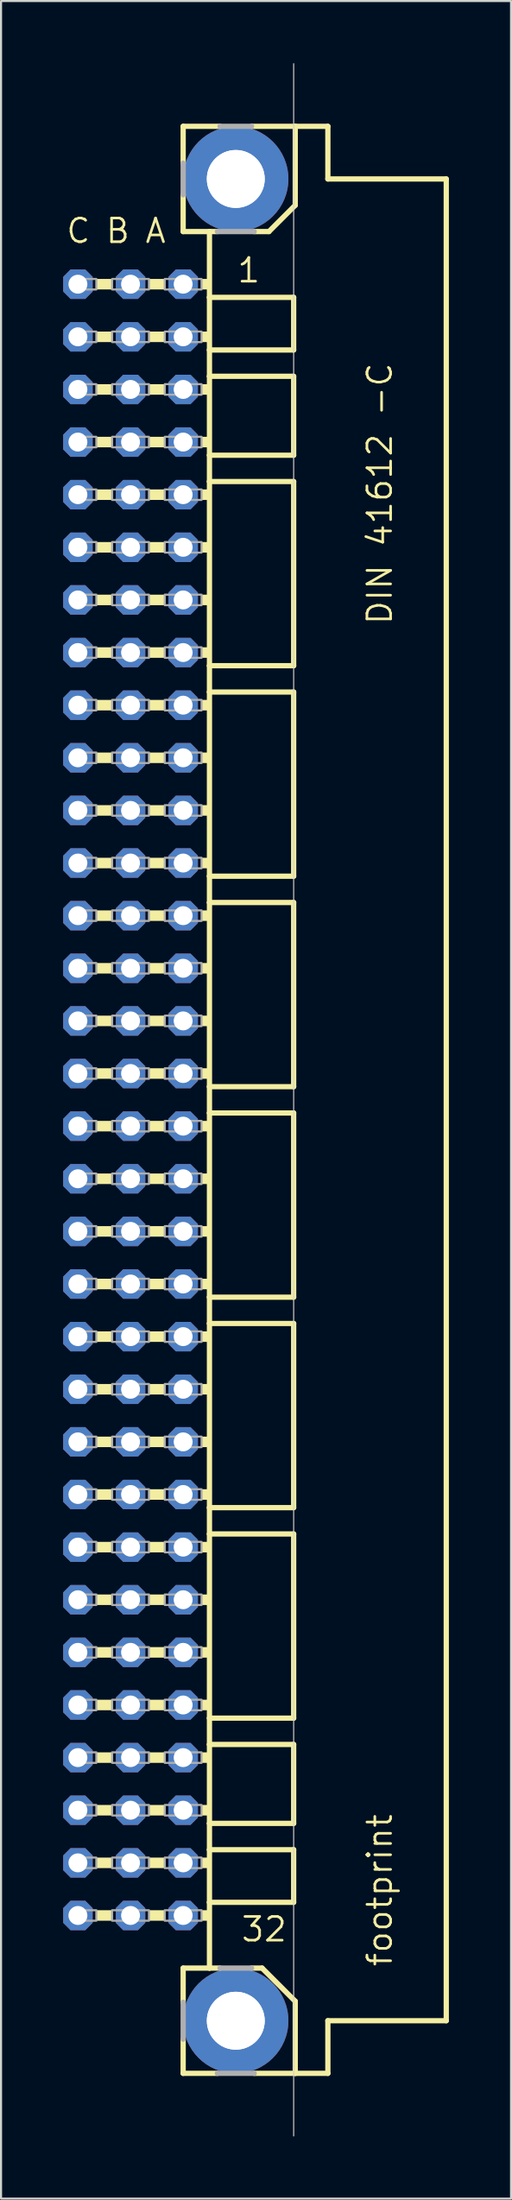
<source format=kicad_pcb>
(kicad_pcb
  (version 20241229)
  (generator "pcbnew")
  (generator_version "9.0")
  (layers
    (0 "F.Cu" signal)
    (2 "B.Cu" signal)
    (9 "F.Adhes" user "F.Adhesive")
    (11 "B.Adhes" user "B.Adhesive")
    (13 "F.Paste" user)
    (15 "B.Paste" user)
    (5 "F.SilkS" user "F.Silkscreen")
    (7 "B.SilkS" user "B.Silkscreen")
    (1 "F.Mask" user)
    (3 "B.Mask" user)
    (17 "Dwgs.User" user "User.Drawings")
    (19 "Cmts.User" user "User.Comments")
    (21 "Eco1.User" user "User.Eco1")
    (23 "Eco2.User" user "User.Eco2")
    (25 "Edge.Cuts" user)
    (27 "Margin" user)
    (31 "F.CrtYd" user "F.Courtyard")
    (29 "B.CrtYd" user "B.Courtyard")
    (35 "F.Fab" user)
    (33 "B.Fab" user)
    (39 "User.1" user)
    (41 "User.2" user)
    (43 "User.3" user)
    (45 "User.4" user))
  (footprint "footprint"
    (layer "F.Cu")
    (at 8.331 50.038)
    (property "Reference" "footprint" (at 7.62 41.91 90) (layer "F.SilkS") (effects (font (size 1.143 1.143) (thickness 0.127)) (justify left bottom)))
    (fp_line (start -2.54 -46.99) (end -2.54 -45.212) (stroke (width 0.254) (type solid)) (layer "F.SilkS"))
    (fp_line (start -2.54 -43.688) (end -2.54 -41.91) (stroke (width 0.254) (type solid)) (layer "F.SilkS"))
    (fp_line (start -2.54 -41.91) (end -1.27 -41.91) (stroke (width 0.254) (type solid)) (layer "F.SilkS"))
    (fp_line (start -2.54 43.561) (end -2.54 41.91) (stroke (width 0.254) (type solid)) (layer "F.SilkS"))
    (fp_line (start -2.54 46.99) (end -2.54 45.339) (stroke (width 0.254) (type solid)) (layer "F.SilkS"))
    (fp_line (start -1.27 -41.91) (end -1.27 -38.735) (stroke (width 0.254) (type solid)) (layer "F.SilkS"))
    (fp_line (start -1.27 -41.91) (end -0.889 -41.91) (stroke (width 0.254) (type solid)) (layer "F.SilkS"))
    (fp_line (start -1.27 -38.735) (end -1.27 -36.195) (stroke (width 0.254) (type solid)) (layer "F.SilkS"))
    (fp_line (start -1.27 -36.195) (end -1.27 -34.925) (stroke (width 0.254) (type solid)) (layer "F.SilkS"))
    (fp_line (start -1.27 -34.925) (end -1.27 -31.115) (stroke (width 0.254) (type solid)) (layer "F.SilkS"))
    (fp_line (start -1.27 -31.115) (end -1.27 -29.845) (stroke (width 0.254) (type solid)) (layer "F.SilkS"))
    (fp_line (start -1.27 -29.845) (end -1.27 -20.955) (stroke (width 0.254) (type solid)) (layer "F.SilkS"))
    (fp_line (start -1.27 -20.955) (end -1.27 -19.685) (stroke (width 0.254) (type solid)) (layer "F.SilkS"))
    (fp_line (start -1.27 -19.685) (end -1.27 -10.795) (stroke (width 0.254) (type solid)) (layer "F.SilkS"))
    (fp_line (start -1.27 -10.795) (end -1.27 -9.525) (stroke (width 0.254) (type solid)) (layer "F.SilkS"))
    (fp_line (start -1.27 -9.525) (end -1.27 -0.635) (stroke (width 0.254) (type solid)) (layer "F.SilkS"))
    (fp_line (start -1.27 -0.635) (end -1.27 0.635) (stroke (width 0.254) (type solid)) (layer "F.SilkS"))
    (fp_line (start -1.27 0.635) (end -1.27 9.525) (stroke (width 0.254) (type solid)) (layer "F.SilkS"))
    (fp_line (start -1.27 9.525) (end -1.27 10.795) (stroke (width 0.254) (type solid)) (layer "F.SilkS"))
    (fp_line (start -1.27 10.795) (end -1.27 19.685) (stroke (width 0.254) (type solid)) (layer "F.SilkS"))
    (fp_line (start -1.27 19.685) (end -1.27 20.955) (stroke (width 0.254) (type solid)) (layer "F.SilkS"))
    (fp_line (start -1.27 20.955) (end -1.27 29.845) (stroke (width 0.254) (type solid)) (layer "F.SilkS"))
    (fp_line (start -1.27 29.845) (end -1.27 31.115) (stroke (width 0.254) (type solid)) (layer "F.SilkS"))
    (fp_line (start -1.27 31.115) (end -1.27 34.925) (stroke (width 0.254) (type solid)) (layer "F.SilkS"))
    (fp_line (start -1.27 34.925) (end -1.27 36.195) (stroke (width 0.254) (type solid)) (layer "F.SilkS"))
    (fp_line (start -1.27 36.195) (end -1.27 38.735) (stroke (width 0.254) (type solid)) (layer "F.SilkS"))
    (fp_line (start -1.27 38.735) (end -1.27 41.91) (stroke (width 0.254) (type solid)) (layer "F.SilkS"))
    (fp_line (start -1.27 41.91) (end -2.54 41.91) (stroke (width 0.254) (type solid)) (layer "F.SilkS"))
    (fp_line (start -1.27 41.91) (end -0.762 41.91) (stroke (width 0.254) (type solid)) (layer "F.SilkS"))
    (fp_line (start -0.889 46.99) (end -2.54 46.99) (stroke (width 0.254) (type solid)) (layer "F.SilkS"))
    (fp_line (start -0.762 -46.99) (end -2.54 -46.99) (stroke (width 0.254) (type solid)) (layer "F.SilkS"))
    (fp_line (start 0.762 41.91) (end 1.27 41.91) (stroke (width 0.254) (type solid)) (layer "F.SilkS"))
    (fp_line (start 0.889 -41.91) (end 1.6 -41.91) (stroke (width 0.254) (type solid)) (layer "F.SilkS"))
    (fp_line (start 1.6 -41.91) (end 2.87 -43.18) (stroke (width 0.254) (type solid)) (layer "F.SilkS"))
    (fp_line (start 2.794 -38.735) (end -1.27 -38.735) (stroke (width 0.254) (type solid)) (layer "F.SilkS"))
    (fp_line (start 2.794 -38.735) (end 2.794 -36.195) (stroke (width 0.254) (type solid)) (layer "F.SilkS"))
    (fp_line (start 2.794 -36.195) (end -1.27 -36.195) (stroke (width 0.254) (type solid)) (layer "F.SilkS"))
    (fp_line (start 2.794 -34.925) (end -1.27 -34.925) (stroke (width 0.254) (type solid)) (layer "F.SilkS"))
    (fp_line (start 2.794 -34.925) (end 2.794 -31.115) (stroke (width 0.254) (type solid)) (layer "F.SilkS"))
    (fp_line (start 2.794 -31.115) (end -1.27 -31.115) (stroke (width 0.254) (type solid)) (layer "F.SilkS"))
    (fp_line (start 2.794 -29.845) (end -1.27 -29.845) (stroke (width 0.254) (type solid)) (layer "F.SilkS"))
    (fp_line (start 2.794 -29.845) (end 2.794 -20.955) (stroke (width 0.254) (type solid)) (layer "F.SilkS"))
    (fp_line (start 2.794 -20.955) (end -1.27 -20.955) (stroke (width 0.254) (type solid)) (layer "F.SilkS"))
    (fp_line (start 2.794 -19.685) (end -1.27 -19.685) (stroke (width 0.254) (type solid)) (layer "F.SilkS"))
    (fp_line (start 2.794 -19.685) (end 2.794 -10.795) (stroke (width 0.254) (type solid)) (layer "F.SilkS"))
    (fp_line (start 2.794 -10.795) (end -1.27 -10.795) (stroke (width 0.254) (type solid)) (layer "F.SilkS"))
    (fp_line (start 2.794 -9.525) (end -1.27 -9.525) (stroke (width 0.254) (type solid)) (layer "F.SilkS"))
    (fp_line (start 2.794 -9.525) (end 2.794 -0.635) (stroke (width 0.254) (type solid)) (layer "F.SilkS"))
    (fp_line (start 2.794 -0.635) (end -1.27 -0.635) (stroke (width 0.254) (type solid)) (layer "F.SilkS"))
    (fp_line (start 2.794 0.635) (end -1.27 0.635) (stroke (width 0.254) (type solid)) (layer "F.SilkS"))
    (fp_line (start 2.794 0.635) (end 2.794 9.525) (stroke (width 0.254) (type solid)) (layer "F.SilkS"))
    (fp_line (start 2.794 9.525) (end -1.27 9.525) (stroke (width 0.254) (type solid)) (layer "F.SilkS"))
    (fp_line (start 2.794 10.795) (end -1.27 10.795) (stroke (width 0.254) (type solid)) (layer "F.SilkS"))
    (fp_line (start 2.794 10.795) (end 2.794 19.685) (stroke (width 0.254) (type solid)) (layer "F.SilkS"))
    (fp_line (start 2.794 19.685) (end -1.27 19.685) (stroke (width 0.254) (type solid)) (layer "F.SilkS"))
    (fp_line (start 2.794 20.955) (end -1.27 20.955) (stroke (width 0.254) (type solid)) (layer "F.SilkS"))
    (fp_line (start 2.794 20.955) (end 2.794 29.845) (stroke (width 0.254) (type solid)) (layer "F.SilkS"))
    (fp_line (start 2.794 29.845) (end -1.27 29.845) (stroke (width 0.254) (type solid)) (layer "F.SilkS"))
    (fp_line (start 2.794 31.115) (end -1.27 31.115) (stroke (width 0.254) (type solid)) (layer "F.SilkS"))
    (fp_line (start 2.794 31.115) (end 2.794 34.925) (stroke (width 0.254) (type solid)) (layer "F.SilkS"))
    (fp_line (start 2.794 34.925) (end -1.27 34.925) (stroke (width 0.254) (type solid)) (layer "F.SilkS"))
    (fp_line (start 2.794 36.195) (end -1.27 36.195) (stroke (width 0.254) (type solid)) (layer "F.SilkS"))
    (fp_line (start 2.794 36.195) (end 2.794 38.735) (stroke (width 0.254) (type solid)) (layer "F.SilkS"))
    (fp_line (start 2.794 38.735) (end -1.27 38.735) (stroke (width 0.254) (type solid)) (layer "F.SilkS"))
    (fp_line (start 2.87 -46.99) (end 0.762 -46.99) (stroke (width 0.254) (type solid)) (layer "F.SilkS"))
    (fp_line (start 2.87 -43.18) (end 2.87 -46.99) (stroke (width 0.254) (type solid)) (layer "F.SilkS"))
    (fp_line (start 2.87 43.51) (end 1.27 41.91) (stroke (width 0.254) (type solid)) (layer "F.SilkS"))
    (fp_line (start 2.87 43.51) (end 2.87 46.99) (stroke (width 0.254) (type solid)) (layer "F.SilkS"))
    (fp_line (start 2.87 46.99) (end 0.889 46.99) (stroke (width 0.254) (type solid)) (layer "F.SilkS"))
    (fp_line (start 2.87 46.99) (end 4.445 46.99) (stroke (width 0.254) (type solid)) (layer "F.SilkS"))
    (fp_line (start 4.445 -46.99) (end 2.87 -46.99) (stroke (width 0.254) (type solid)) (layer "F.SilkS"))
    (fp_line (start 4.445 -44.45) (end 4.445 -46.99) (stroke (width 0.254) (type solid)) (layer "F.SilkS"))
    (fp_line (start 4.445 44.45) (end 10.16 44.45) (stroke (width 0.254) (type solid)) (layer "F.SilkS"))
    (fp_line (start 4.445 46.99) (end 4.445 44.45) (stroke (width 0.254) (type solid)) (layer "F.SilkS"))
    (fp_line (start 10.16 -44.45) (end 4.445 -44.45) (stroke (width 0.254) (type solid)) (layer "F.SilkS"))
    (fp_line (start 10.16 44.45) (end 10.16 -44.45) (stroke (width 0.254) (type solid)) (layer "F.SilkS"))
    (fp_poly (pts (xy -6.731 -39.116) (xy -5.969 -39.116) (xy -5.969 -39.624) (xy -6.731 -39.624)) (stroke (width 0) (type solid)) (fill yes) (layer "F.SilkS"))
    (fp_poly (pts (xy -6.731 -36.576) (xy -5.969 -36.576) (xy -5.969 -37.084) (xy -6.731 -37.084)) (stroke (width 0) (type solid)) (fill yes) (layer "F.SilkS"))
    (fp_poly (pts (xy -6.731 -34.036) (xy -5.969 -34.036) (xy -5.969 -34.544) (xy -6.731 -34.544)) (stroke (width 0) (type solid)) (fill yes) (layer "F.SilkS"))
    (fp_poly (pts (xy -6.731 -31.496) (xy -5.969 -31.496) (xy -5.969 -32.004) (xy -6.731 -32.004)) (stroke (width 0) (type solid)) (fill yes) (layer "F.SilkS"))
    (fp_poly (pts (xy -6.731 -28.956) (xy -5.969 -28.956) (xy -5.969 -29.464) (xy -6.731 -29.464)) (stroke (width 0) (type solid)) (fill yes) (layer "F.SilkS"))
    (fp_poly (pts (xy -6.731 -26.416) (xy -5.969 -26.416) (xy -5.969 -26.924) (xy -6.731 -26.924)) (stroke (width 0) (type solid)) (fill yes) (layer "F.SilkS"))
    (fp_poly (pts (xy -6.731 -23.876) (xy -5.969 -23.876) (xy -5.969 -24.384) (xy -6.731 -24.384)) (stroke (width 0) (type solid)) (fill yes) (layer "F.SilkS"))
    (fp_poly (pts (xy -6.731 -21.336) (xy -5.969 -21.336) (xy -5.969 -21.844) (xy -6.731 -21.844)) (stroke (width 0) (type solid)) (fill yes) (layer "F.SilkS"))
    (fp_poly (pts (xy -6.731 -18.796) (xy -5.969 -18.796) (xy -5.969 -19.304) (xy -6.731 -19.304)) (stroke (width 0) (type solid)) (fill yes) (layer "F.SilkS"))
    (fp_poly (pts (xy -6.731 -16.256) (xy -5.969 -16.256) (xy -5.969 -16.764) (xy -6.731 -16.764)) (stroke (width 0) (type solid)) (fill yes) (layer "F.SilkS"))
    (fp_poly (pts (xy -6.731 -13.716) (xy -5.969 -13.716) (xy -5.969 -14.224) (xy -6.731 -14.224)) (stroke (width 0) (type solid)) (fill yes) (layer "F.SilkS"))
    (fp_poly (pts (xy -6.731 -11.176) (xy -5.969 -11.176) (xy -5.969 -11.684) (xy -6.731 -11.684)) (stroke (width 0) (type solid)) (fill yes) (layer "F.SilkS"))
    (fp_poly (pts (xy -6.731 -8.636) (xy -5.969 -8.636) (xy -5.969 -9.144) (xy -6.731 -9.144)) (stroke (width 0) (type solid)) (fill yes) (layer "F.SilkS"))
    (fp_poly (pts (xy -6.731 -6.096) (xy -5.969 -6.096) (xy -5.969 -6.604) (xy -6.731 -6.604)) (stroke (width 0) (type solid)) (fill yes) (layer "F.SilkS"))
    (fp_poly (pts (xy -6.731 -3.556) (xy -5.969 -3.556) (xy -5.969 -4.064) (xy -6.731 -4.064)) (stroke (width 0) (type solid)) (fill yes) (layer "F.SilkS"))
    (fp_poly (pts (xy -6.731 -1.016) (xy -5.969 -1.016) (xy -5.969 -1.524) (xy -6.731 -1.524)) (stroke (width 0) (type solid)) (fill yes) (layer "F.SilkS"))
    (fp_poly (pts (xy -6.731 1.524) (xy -5.969 1.524) (xy -5.969 1.016) (xy -6.731 1.016)) (stroke (width 0) (type solid)) (fill yes) (layer "F.SilkS"))
    (fp_poly (pts (xy -6.731 4.064) (xy -5.969 4.064) (xy -5.969 3.556) (xy -6.731 3.556)) (stroke (width 0) (type solid)) (fill yes) (layer "F.SilkS"))
    (fp_poly (pts (xy -6.731 6.604) (xy -5.969 6.604) (xy -5.969 6.096) (xy -6.731 6.096)) (stroke (width 0) (type solid)) (fill yes) (layer "F.SilkS"))
    (fp_poly (pts (xy -6.731 9.144) (xy -5.969 9.144) (xy -5.969 8.636) (xy -6.731 8.636)) (stroke (width 0) (type solid)) (fill yes) (layer "F.SilkS"))
    (fp_poly (pts (xy -6.731 11.684) (xy -5.969 11.684) (xy -5.969 11.176) (xy -6.731 11.176)) (stroke (width 0) (type solid)) (fill yes) (layer "F.SilkS"))
    (fp_poly (pts (xy -6.731 14.224) (xy -5.969 14.224) (xy -5.969 13.716) (xy -6.731 13.716)) (stroke (width 0) (type solid)) (fill yes) (layer "F.SilkS"))
    (fp_poly (pts (xy -6.731 16.764) (xy -5.969 16.764) (xy -5.969 16.256) (xy -6.731 16.256)) (stroke (width 0) (type solid)) (fill yes) (layer "F.SilkS"))
    (fp_poly (pts (xy -6.731 19.304) (xy -5.969 19.304) (xy -5.969 18.796) (xy -6.731 18.796)) (stroke (width 0) (type solid)) (fill yes) (layer "F.SilkS"))
    (fp_poly (pts (xy -6.731 21.844) (xy -5.969 21.844) (xy -5.969 21.336) (xy -6.731 21.336)) (stroke (width 0) (type solid)) (fill yes) (layer "F.SilkS"))
    (fp_poly (pts (xy -6.731 24.384) (xy -5.969 24.384) (xy -5.969 23.876) (xy -6.731 23.876)) (stroke (width 0) (type solid)) (fill yes) (layer "F.SilkS"))
    (fp_poly (pts (xy -6.731 26.924) (xy -5.969 26.924) (xy -5.969 26.416) (xy -6.731 26.416)) (stroke (width 0) (type solid)) (fill yes) (layer "F.SilkS"))
    (fp_poly (pts (xy -6.731 29.464) (xy -5.969 29.464) (xy -5.969 28.956) (xy -6.731 28.956)) (stroke (width 0) (type solid)) (fill yes) (layer "F.SilkS"))
    (fp_poly (pts (xy -6.731 32.004) (xy -5.969 32.004) (xy -5.969 31.496) (xy -6.731 31.496)) (stroke (width 0) (type solid)) (fill yes) (layer "F.SilkS"))
    (fp_poly (pts (xy -6.731 34.544) (xy -5.969 34.544) (xy -5.969 34.036) (xy -6.731 34.036)) (stroke (width 0) (type solid)) (fill yes) (layer "F.SilkS"))
    (fp_poly (pts (xy -6.731 37.084) (xy -5.969 37.084) (xy -5.969 36.576) (xy -6.731 36.576)) (stroke (width 0) (type solid)) (fill yes) (layer "F.SilkS"))
    (fp_poly (pts (xy -6.731 39.624) (xy -5.969 39.624) (xy -5.969 39.116) (xy -6.731 39.116)) (stroke (width 0) (type solid)) (fill yes) (layer "F.SilkS"))
    (fp_poly (pts (xy -4.191 -39.116) (xy -3.429 -39.116) (xy -3.429 -39.624) (xy -4.191 -39.624)) (stroke (width 0) (type solid)) (fill yes) (layer "F.SilkS"))
    (fp_poly (pts (xy -4.191 -36.576) (xy -3.429 -36.576) (xy -3.429 -37.084) (xy -4.191 -37.084)) (stroke (width 0) (type solid)) (fill yes) (layer "F.SilkS"))
    (fp_poly (pts (xy -4.191 -34.036) (xy -3.429 -34.036) (xy -3.429 -34.544) (xy -4.191 -34.544)) (stroke (width 0) (type solid)) (fill yes) (layer "F.SilkS"))
    (fp_poly (pts (xy -4.191 -31.496) (xy -3.429 -31.496) (xy -3.429 -32.004) (xy -4.191 -32.004)) (stroke (width 0) (type solid)) (fill yes) (layer "F.SilkS"))
    (fp_poly (pts (xy -4.191 -28.956) (xy -3.429 -28.956) (xy -3.429 -29.464) (xy -4.191 -29.464)) (stroke (width 0) (type solid)) (fill yes) (layer "F.SilkS"))
    (fp_poly (pts (xy -4.191 -26.416) (xy -3.429 -26.416) (xy -3.429 -26.924) (xy -4.191 -26.924)) (stroke (width 0) (type solid)) (fill yes) (layer "F.SilkS"))
    (fp_poly (pts (xy -4.191 -23.876) (xy -3.429 -23.876) (xy -3.429 -24.384) (xy -4.191 -24.384)) (stroke (width 0) (type solid)) (fill yes) (layer "F.SilkS"))
    (fp_poly (pts (xy -4.191 -21.336) (xy -3.429 -21.336) (xy -3.429 -21.844) (xy -4.191 -21.844)) (stroke (width 0) (type solid)) (fill yes) (layer "F.SilkS"))
    (fp_poly (pts (xy -4.191 -18.796) (xy -3.429 -18.796) (xy -3.429 -19.304) (xy -4.191 -19.304)) (stroke (width 0) (type solid)) (fill yes) (layer "F.SilkS"))
    (fp_poly (pts (xy -4.191 -16.256) (xy -3.429 -16.256) (xy -3.429 -16.764) (xy -4.191 -16.764)) (stroke (width 0) (type solid)) (fill yes) (layer "F.SilkS"))
    (fp_poly (pts (xy -4.191 -13.716) (xy -3.429 -13.716) (xy -3.429 -14.224) (xy -4.191 -14.224)) (stroke (width 0) (type solid)) (fill yes) (layer "F.SilkS"))
    (fp_poly (pts (xy -4.191 -11.176) (xy -3.429 -11.176) (xy -3.429 -11.684) (xy -4.191 -11.684)) (stroke (width 0) (type solid)) (fill yes) (layer "F.SilkS"))
    (fp_poly (pts (xy -4.191 -8.636) (xy -3.429 -8.636) (xy -3.429 -9.144) (xy -4.191 -9.144)) (stroke (width 0) (type solid)) (fill yes) (layer "F.SilkS"))
    (fp_poly (pts (xy -4.191 -6.096) (xy -3.429 -6.096) (xy -3.429 -6.604) (xy -4.191 -6.604)) (stroke (width 0) (type solid)) (fill yes) (layer "F.SilkS"))
    (fp_poly (pts (xy -4.191 -3.556) (xy -3.429 -3.556) (xy -3.429 -4.064) (xy -4.191 -4.064)) (stroke (width 0) (type solid)) (fill yes) (layer "F.SilkS"))
    (fp_poly (pts (xy -4.191 -1.016) (xy -3.429 -1.016) (xy -3.429 -1.524) (xy -4.191 -1.524)) (stroke (width 0) (type solid)) (fill yes) (layer "F.SilkS"))
    (fp_poly (pts (xy -4.191 1.524) (xy -3.429 1.524) (xy -3.429 1.016) (xy -4.191 1.016)) (stroke (width 0) (type solid)) (fill yes) (layer "F.SilkS"))
    (fp_poly (pts (xy -4.191 4.064) (xy -3.429 4.064) (xy -3.429 3.556) (xy -4.191 3.556)) (stroke (width 0) (type solid)) (fill yes) (layer "F.SilkS"))
    (fp_poly (pts (xy -4.191 6.604) (xy -3.429 6.604) (xy -3.429 6.096) (xy -4.191 6.096)) (stroke (width 0) (type solid)) (fill yes) (layer "F.SilkS"))
    (fp_poly (pts (xy -4.191 9.144) (xy -3.429 9.144) (xy -3.429 8.636) (xy -4.191 8.636)) (stroke (width 0) (type solid)) (fill yes) (layer "F.SilkS"))
    (fp_poly (pts (xy -4.191 11.684) (xy -3.429 11.684) (xy -3.429 11.176) (xy -4.191 11.176)) (stroke (width 0) (type solid)) (fill yes) (layer "F.SilkS"))
    (fp_poly (pts (xy -4.191 14.224) (xy -3.429 14.224) (xy -3.429 13.716) (xy -4.191 13.716)) (stroke (width 0) (type solid)) (fill yes) (layer "F.SilkS"))
    (fp_poly (pts (xy -4.191 16.764) (xy -3.429 16.764) (xy -3.429 16.256) (xy -4.191 16.256)) (stroke (width 0) (type solid)) (fill yes) (layer "F.SilkS"))
    (fp_poly (pts (xy -4.191 19.304) (xy -3.429 19.304) (xy -3.429 18.796) (xy -4.191 18.796)) (stroke (width 0) (type solid)) (fill yes) (layer "F.SilkS"))
    (fp_poly (pts (xy -4.191 21.844) (xy -3.429 21.844) (xy -3.429 21.336) (xy -4.191 21.336)) (stroke (width 0) (type solid)) (fill yes) (layer "F.SilkS"))
    (fp_poly (pts (xy -4.191 24.384) (xy -3.429 24.384) (xy -3.429 23.876) (xy -4.191 23.876)) (stroke (width 0) (type solid)) (fill yes) (layer "F.SilkS"))
    (fp_poly (pts (xy -4.191 26.924) (xy -3.429 26.924) (xy -3.429 26.416) (xy -4.191 26.416)) (stroke (width 0) (type solid)) (fill yes) (layer "F.SilkS"))
    (fp_poly (pts (xy -4.191 29.464) (xy -3.429 29.464) (xy -3.429 28.956) (xy -4.191 28.956)) (stroke (width 0) (type solid)) (fill yes) (layer "F.SilkS"))
    (fp_poly (pts (xy -4.191 32.004) (xy -3.429 32.004) (xy -3.429 31.496) (xy -4.191 31.496)) (stroke (width 0) (type solid)) (fill yes) (layer "F.SilkS"))
    (fp_poly (pts (xy -4.191 34.544) (xy -3.429 34.544) (xy -3.429 34.036) (xy -4.191 34.036)) (stroke (width 0) (type solid)) (fill yes) (layer "F.SilkS"))
    (fp_poly (pts (xy -4.191 37.084) (xy -3.429 37.084) (xy -3.429 36.576) (xy -4.191 36.576)) (stroke (width 0) (type solid)) (fill yes) (layer "F.SilkS"))
    (fp_poly (pts (xy -4.191 39.624) (xy -3.429 39.624) (xy -3.429 39.116) (xy -4.191 39.116)) (stroke (width 0) (type solid)) (fill yes) (layer "F.SilkS"))
    (fp_poly (pts (xy -1.651 -39.116) (xy -1.27 -39.116) (xy -1.27 -39.624) (xy -1.651 -39.624)) (stroke (width 0) (type solid)) (fill yes) (layer "F.SilkS"))
    (fp_poly (pts (xy -1.651 -36.576) (xy -1.27 -36.576) (xy -1.27 -37.084) (xy -1.651 -37.084)) (stroke (width 0) (type solid)) (fill yes) (layer "F.SilkS"))
    (fp_poly (pts (xy -1.651 -34.036) (xy -1.27 -34.036) (xy -1.27 -34.544) (xy -1.651 -34.544)) (stroke (width 0) (type solid)) (fill yes) (layer "F.SilkS"))
    (fp_poly (pts (xy -1.651 -31.496) (xy -1.27 -31.496) (xy -1.27 -32.004) (xy -1.651 -32.004)) (stroke (width 0) (type solid)) (fill yes) (layer "F.SilkS"))
    (fp_poly (pts (xy -1.651 -28.956) (xy -1.27 -28.956) (xy -1.27 -29.464) (xy -1.651 -29.464)) (stroke (width 0) (type solid)) (fill yes) (layer "F.SilkS"))
    (fp_poly (pts (xy -1.651 -26.416) (xy -1.27 -26.416) (xy -1.27 -26.924) (xy -1.651 -26.924)) (stroke (width 0) (type solid)) (fill yes) (layer "F.SilkS"))
    (fp_poly (pts (xy -1.651 -23.876) (xy -1.27 -23.876) (xy -1.27 -24.384) (xy -1.651 -24.384)) (stroke (width 0) (type solid)) (fill yes) (layer "F.SilkS"))
    (fp_poly (pts (xy -1.651 -21.336) (xy -1.27 -21.336) (xy -1.27 -21.844) (xy -1.651 -21.844)) (stroke (width 0) (type solid)) (fill yes) (layer "F.SilkS"))
    (fp_poly (pts (xy -1.651 -18.796) (xy -1.27 -18.796) (xy -1.27 -19.304) (xy -1.651 -19.304)) (stroke (width 0) (type solid)) (fill yes) (layer "F.SilkS"))
    (fp_poly (pts (xy -1.651 -16.256) (xy -1.27 -16.256) (xy -1.27 -16.764) (xy -1.651 -16.764)) (stroke (width 0) (type solid)) (fill yes) (layer "F.SilkS"))
    (fp_poly (pts (xy -1.651 -13.716) (xy -1.27 -13.716) (xy -1.27 -14.224) (xy -1.651 -14.224)) (stroke (width 0) (type solid)) (fill yes) (layer "F.SilkS"))
    (fp_poly (pts (xy -1.651 -11.176) (xy -1.27 -11.176) (xy -1.27 -11.684) (xy -1.651 -11.684)) (stroke (width 0) (type solid)) (fill yes) (layer "F.SilkS"))
    (fp_poly (pts (xy -1.651 -8.636) (xy -1.27 -8.636) (xy -1.27 -9.144) (xy -1.651 -9.144)) (stroke (width 0) (type solid)) (fill yes) (layer "F.SilkS"))
    (fp_poly (pts (xy -1.651 -6.096) (xy -1.27 -6.096) (xy -1.27 -6.604) (xy -1.651 -6.604)) (stroke (width 0) (type solid)) (fill yes) (layer "F.SilkS"))
    (fp_poly (pts (xy -1.651 -3.556) (xy -1.27 -3.556) (xy -1.27 -4.064) (xy -1.651 -4.064)) (stroke (width 0) (type solid)) (fill yes) (layer "F.SilkS"))
    (fp_poly (pts (xy -1.651 -1.016) (xy -1.27 -1.016) (xy -1.27 -1.524) (xy -1.651 -1.524)) (stroke (width 0) (type solid)) (fill yes) (layer "F.SilkS"))
    (fp_poly (pts (xy -1.651 1.524) (xy -1.27 1.524) (xy -1.27 1.016) (xy -1.651 1.016)) (stroke (width 0) (type solid)) (fill yes) (layer "F.SilkS"))
    (fp_poly (pts (xy -1.651 4.064) (xy -1.27 4.064) (xy -1.27 3.556) (xy -1.651 3.556)) (stroke (width 0) (type solid)) (fill yes) (layer "F.SilkS"))
    (fp_poly (pts (xy -1.651 6.604) (xy -1.27 6.604) (xy -1.27 6.096) (xy -1.651 6.096)) (stroke (width 0) (type solid)) (fill yes) (layer "F.SilkS"))
    (fp_poly (pts (xy -1.651 9.144) (xy -1.27 9.144) (xy -1.27 8.636) (xy -1.651 8.636)) (stroke (width 0) (type solid)) (fill yes) (layer "F.SilkS"))
    (fp_poly (pts (xy -1.651 11.684) (xy -1.27 11.684) (xy -1.27 11.176) (xy -1.651 11.176)) (stroke (width 0) (type solid)) (fill yes) (layer "F.SilkS"))
    (fp_poly (pts (xy -1.651 14.224) (xy -1.27 14.224) (xy -1.27 13.716) (xy -1.651 13.716)) (stroke (width 0) (type solid)) (fill yes) (layer "F.SilkS"))
    (fp_poly (pts (xy -1.651 16.764) (xy -1.27 16.764) (xy -1.27 16.256) (xy -1.651 16.256)) (stroke (width 0) (type solid)) (fill yes) (layer "F.SilkS"))
    (fp_poly (pts (xy -1.651 19.304) (xy -1.27 19.304) (xy -1.27 18.796) (xy -1.651 18.796)) (stroke (width 0) (type solid)) (fill yes) (layer "F.SilkS"))
    (fp_poly (pts (xy -1.651 21.844) (xy -1.27 21.844) (xy -1.27 21.336) (xy -1.651 21.336)) (stroke (width 0) (type solid)) (fill yes) (layer "F.SilkS"))
    (fp_poly (pts (xy -1.651 24.384) (xy -1.27 24.384) (xy -1.27 23.876) (xy -1.651 23.876)) (stroke (width 0) (type solid)) (fill yes) (layer "F.SilkS"))
    (fp_poly (pts (xy -1.651 26.924) (xy -1.27 26.924) (xy -1.27 26.416) (xy -1.651 26.416)) (stroke (width 0) (type solid)) (fill yes) (layer "F.SilkS"))
    (fp_poly (pts (xy -1.651 29.464) (xy -1.27 29.464) (xy -1.27 28.956) (xy -1.651 28.956)) (stroke (width 0) (type solid)) (fill yes) (layer "F.SilkS"))
    (fp_poly (pts (xy -1.651 32.004) (xy -1.27 32.004) (xy -1.27 31.496) (xy -1.651 31.496)) (stroke (width 0) (type solid)) (fill yes) (layer "F.SilkS"))
    (fp_poly (pts (xy -1.651 34.544) (xy -1.27 34.544) (xy -1.27 34.036) (xy -1.651 34.036)) (stroke (width 0) (type solid)) (fill yes) (layer "F.SilkS"))
    (fp_poly (pts (xy -1.651 37.084) (xy -1.27 37.084) (xy -1.27 36.576) (xy -1.651 36.576)) (stroke (width 0) (type solid)) (fill yes) (layer "F.SilkS"))
    (fp_poly (pts (xy -1.651 39.624) (xy -1.27 39.624) (xy -1.27 39.116) (xy -1.651 39.116)) (stroke (width 0) (type solid)) (fill yes) (layer "F.SilkS"))
    (fp_line (start 2.794 50.013) (end 2.794 -50.013) (stroke (width 0.05) (type solid)) (layer "Edge.Cuts"))
    (fp_line (start -2.54 -45.212) (end -2.54 -43.688) (stroke (width 0.254) (type solid)) (layer "F.Fab"))
    (fp_line (start -2.54 45.339) (end -2.54 43.561) (stroke (width 0.254) (type solid)) (layer "F.Fab"))
    (fp_line (start -0.889 -41.91) (end 0.889 -41.91) (stroke (width 0.254) (type solid)) (layer "F.Fab"))
    (fp_line (start -0.762 41.91) (end 0.762 41.91) (stroke (width 0.254) (type solid)) (layer "F.Fab"))
    (fp_line (start 0.762 -46.99) (end -0.762 -46.99) (stroke (width 0.254) (type solid)) (layer "F.Fab"))
    (fp_line (start 0.889 46.99) (end -0.889 46.99) (stroke (width 0.254) (type solid)) (layer "F.Fab"))
    (fp_circle (center 0 -44.45) (end 1.27 -44.45) (stroke (width 0.152) (type solid)) (fill no) (layer "F.Fab"))
    (fp_circle (center 0 44.45) (end 1.27 44.45) (stroke (width 0.152) (type solid)) (fill no) (layer "F.Fab"))
    (fp_poly (pts (xy -7.874 -39.116) (xy -6.731 -39.116) (xy -6.731 -39.624) (xy -7.874 -39.624)) (stroke (width 0.1) (type solid)) (fill no) (layer "F.Fab"))
    (fp_poly (pts (xy -7.874 -36.576) (xy -6.731 -36.576) (xy -6.731 -37.084) (xy -7.874 -37.084)) (stroke (width 0.1) (type solid)) (fill no) (layer "F.Fab"))
    (fp_poly (pts (xy -7.874 -34.036) (xy -6.731 -34.036) (xy -6.731 -34.544) (xy -7.874 -34.544)) (stroke (width 0.1) (type solid)) (fill no) (layer "F.Fab"))
    (fp_poly (pts (xy -7.874 -31.496) (xy -6.731 -31.496) (xy -6.731 -32.004) (xy -7.874 -32.004)) (stroke (width 0.1) (type solid)) (fill no) (layer "F.Fab"))
    (fp_poly (pts (xy -7.874 -28.956) (xy -6.731 -28.956) (xy -6.731 -29.464) (xy -7.874 -29.464)) (stroke (width 0.1) (type solid)) (fill no) (layer "F.Fab"))
    (fp_poly (pts (xy -7.874 -26.416) (xy -6.731 -26.416) (xy -6.731 -26.924) (xy -7.874 -26.924)) (stroke (width 0.1) (type solid)) (fill no) (layer "F.Fab"))
    (fp_poly (pts (xy -7.874 -23.876) (xy -6.731 -23.876) (xy -6.731 -24.384) (xy -7.874 -24.384)) (stroke (width 0.1) (type solid)) (fill no) (layer "F.Fab"))
    (fp_poly (pts (xy -7.874 -21.336) (xy -6.731 -21.336) (xy -6.731 -21.844) (xy -7.874 -21.844)) (stroke (width 0.1) (type solid)) (fill no) (layer "F.Fab"))
    (fp_poly (pts (xy -7.874 -18.796) (xy -6.731 -18.796) (xy -6.731 -19.304) (xy -7.874 -19.304)) (stroke (width 0.1) (type solid)) (fill no) (layer "F.Fab"))
    (fp_poly (pts (xy -7.874 -16.256) (xy -6.731 -16.256) (xy -6.731 -16.764) (xy -7.874 -16.764)) (stroke (width 0.1) (type solid)) (fill no) (layer "F.Fab"))
    (fp_poly (pts (xy -7.874 -13.716) (xy -6.731 -13.716) (xy -6.731 -14.224) (xy -7.874 -14.224)) (stroke (width 0.1) (type solid)) (fill no) (layer "F.Fab"))
    (fp_poly (pts (xy -7.874 -11.176) (xy -6.731 -11.176) (xy -6.731 -11.684) (xy -7.874 -11.684)) (stroke (width 0.1) (type solid)) (fill no) (layer "F.Fab"))
    (fp_poly (pts (xy -7.874 -8.636) (xy -6.731 -8.636) (xy -6.731 -9.144) (xy -7.874 -9.144)) (stroke (width 0.1) (type solid)) (fill no) (layer "F.Fab"))
    (fp_poly (pts (xy -7.874 -6.096) (xy -6.731 -6.096) (xy -6.731 -6.604) (xy -7.874 -6.604)) (stroke (width 0.1) (type solid)) (fill no) (layer "F.Fab"))
    (fp_poly (pts (xy -7.874 -3.556) (xy -6.731 -3.556) (xy -6.731 -4.064) (xy -7.874 -4.064)) (stroke (width 0.1) (type solid)) (fill no) (layer "F.Fab"))
    (fp_poly (pts (xy -7.874 -1.016) (xy -6.731 -1.016) (xy -6.731 -1.524) (xy -7.874 -1.524)) (stroke (width 0.1) (type solid)) (fill no) (layer "F.Fab"))
    (fp_poly (pts (xy -7.874 1.524) (xy -6.731 1.524) (xy -6.731 1.016) (xy -7.874 1.016)) (stroke (width 0.1) (type solid)) (fill no) (layer "F.Fab"))
    (fp_poly (pts (xy -7.874 4.064) (xy -6.731 4.064) (xy -6.731 3.556) (xy -7.874 3.556)) (stroke (width 0.1) (type solid)) (fill no) (layer "F.Fab"))
    (fp_poly (pts (xy -7.874 6.604) (xy -6.731 6.604) (xy -6.731 6.096) (xy -7.874 6.096)) (stroke (width 0.1) (type solid)) (fill no) (layer "F.Fab"))
    (fp_poly (pts (xy -7.874 9.144) (xy -6.731 9.144) (xy -6.731 8.636) (xy -7.874 8.636)) (stroke (width 0.1) (type solid)) (fill no) (layer "F.Fab"))
    (fp_poly (pts (xy -7.874 11.684) (xy -6.731 11.684) (xy -6.731 11.176) (xy -7.874 11.176)) (stroke (width 0.1) (type solid)) (fill no) (layer "F.Fab"))
    (fp_poly (pts (xy -7.874 14.224) (xy -6.731 14.224) (xy -6.731 13.716) (xy -7.874 13.716)) (stroke (width 0.1) (type solid)) (fill no) (layer "F.Fab"))
    (fp_poly (pts (xy -7.874 16.764) (xy -6.731 16.764) (xy -6.731 16.256) (xy -7.874 16.256)) (stroke (width 0.1) (type solid)) (fill no) (layer "F.Fab"))
    (fp_poly (pts (xy -7.874 19.304) (xy -6.731 19.304) (xy -6.731 18.796) (xy -7.874 18.796)) (stroke (width 0.1) (type solid)) (fill no) (layer "F.Fab"))
    (fp_poly (pts (xy -7.874 21.844) (xy -6.731 21.844) (xy -6.731 21.336) (xy -7.874 21.336)) (stroke (width 0.1) (type solid)) (fill no) (layer "F.Fab"))
    (fp_poly (pts (xy -7.874 24.384) (xy -6.731 24.384) (xy -6.731 23.876) (xy -7.874 23.876)) (stroke (width 0.1) (type solid)) (fill no) (layer "F.Fab"))
    (fp_poly (pts (xy -7.874 26.924) (xy -6.731 26.924) (xy -6.731 26.416) (xy -7.874 26.416)) (stroke (width 0.1) (type solid)) (fill no) (layer "F.Fab"))
    (fp_poly (pts (xy -7.874 29.464) (xy -6.731 29.464) (xy -6.731 28.956) (xy -7.874 28.956)) (stroke (width 0.1) (type solid)) (fill no) (layer "F.Fab"))
    (fp_poly (pts (xy -7.874 32.004) (xy -6.731 32.004) (xy -6.731 31.496) (xy -7.874 31.496)) (stroke (width 0.1) (type solid)) (fill no) (layer "F.Fab"))
    (fp_poly (pts (xy -7.874 34.544) (xy -6.731 34.544) (xy -6.731 34.036) (xy -7.874 34.036)) (stroke (width 0.1) (type solid)) (fill no) (layer "F.Fab"))
    (fp_poly (pts (xy -7.874 37.084) (xy -6.731 37.084) (xy -6.731 36.576) (xy -7.874 36.576)) (stroke (width 0.1) (type solid)) (fill no) (layer "F.Fab"))
    (fp_poly (pts (xy -7.874 39.624) (xy -6.731 39.624) (xy -6.731 39.116) (xy -7.874 39.116)) (stroke (width 0.1) (type solid)) (fill no) (layer "F.Fab"))
    (fp_poly (pts (xy -5.969 -39.116) (xy -4.191 -39.116) (xy -4.191 -39.624) (xy -5.969 -39.624)) (stroke (width 0.1) (type solid)) (fill no) (layer "F.Fab"))
    (fp_poly (pts (xy -5.969 -36.576) (xy -4.191 -36.576) (xy -4.191 -37.084) (xy -5.969 -37.084)) (stroke (width 0.1) (type solid)) (fill no) (layer "F.Fab"))
    (fp_poly (pts (xy -5.969 -34.036) (xy -4.191 -34.036) (xy -4.191 -34.544) (xy -5.969 -34.544)) (stroke (width 0.1) (type solid)) (fill no) (layer "F.Fab"))
    (fp_poly (pts (xy -5.969 -31.496) (xy -4.191 -31.496) (xy -4.191 -32.004) (xy -5.969 -32.004)) (stroke (width 0.1) (type solid)) (fill no) (layer "F.Fab"))
    (fp_poly (pts (xy -5.969 -28.956) (xy -4.191 -28.956) (xy -4.191 -29.464) (xy -5.969 -29.464)) (stroke (width 0.1) (type solid)) (fill no) (layer "F.Fab"))
    (fp_poly (pts (xy -5.969 -26.416) (xy -4.191 -26.416) (xy -4.191 -26.924) (xy -5.969 -26.924)) (stroke (width 0.1) (type solid)) (fill no) (layer "F.Fab"))
    (fp_poly (pts (xy -5.969 -23.876) (xy -4.191 -23.876) (xy -4.191 -24.384) (xy -5.969 -24.384)) (stroke (width 0.1) (type solid)) (fill no) (layer "F.Fab"))
    (fp_poly (pts (xy -5.969 -21.336) (xy -4.191 -21.336) (xy -4.191 -21.844) (xy -5.969 -21.844)) (stroke (width 0.1) (type solid)) (fill no) (layer "F.Fab"))
    (fp_poly (pts (xy -5.969 -18.796) (xy -4.191 -18.796) (xy -4.191 -19.304) (xy -5.969 -19.304)) (stroke (width 0.1) (type solid)) (fill no) (layer "F.Fab"))
    (fp_poly (pts (xy -5.969 -16.256) (xy -4.191 -16.256) (xy -4.191 -16.764) (xy -5.969 -16.764)) (stroke (width 0.1) (type solid)) (fill no) (layer "F.Fab"))
    (fp_poly (pts (xy -5.969 -13.716) (xy -4.191 -13.716) (xy -4.191 -14.224) (xy -5.969 -14.224)) (stroke (width 0.1) (type solid)) (fill no) (layer "F.Fab"))
    (fp_poly (pts (xy -5.969 -11.176) (xy -4.191 -11.176) (xy -4.191 -11.684) (xy -5.969 -11.684)) (stroke (width 0.1) (type solid)) (fill no) (layer "F.Fab"))
    (fp_poly (pts (xy -5.969 -8.636) (xy -4.191 -8.636) (xy -4.191 -9.144) (xy -5.969 -9.144)) (stroke (width 0.1) (type solid)) (fill no) (layer "F.Fab"))
    (fp_poly (pts (xy -5.969 -6.096) (xy -4.191 -6.096) (xy -4.191 -6.604) (xy -5.969 -6.604)) (stroke (width 0.1) (type solid)) (fill no) (layer "F.Fab"))
    (fp_poly (pts (xy -5.969 -3.556) (xy -4.191 -3.556) (xy -4.191 -4.064) (xy -5.969 -4.064)) (stroke (width 0.1) (type solid)) (fill no) (layer "F.Fab"))
    (fp_poly (pts (xy -5.969 -1.016) (xy -4.191 -1.016) (xy -4.191 -1.524) (xy -5.969 -1.524)) (stroke (width 0.1) (type solid)) (fill no) (layer "F.Fab"))
    (fp_poly (pts (xy -5.969 1.524) (xy -4.191 1.524) (xy -4.191 1.016) (xy -5.969 1.016)) (stroke (width 0.1) (type solid)) (fill no) (layer "F.Fab"))
    (fp_poly (pts (xy -5.969 4.064) (xy -4.191 4.064) (xy -4.191 3.556) (xy -5.969 3.556)) (stroke (width 0.1) (type solid)) (fill no) (layer "F.Fab"))
    (fp_poly (pts (xy -5.969 6.604) (xy -4.191 6.604) (xy -4.191 6.096) (xy -5.969 6.096)) (stroke (width 0.1) (type solid)) (fill no) (layer "F.Fab"))
    (fp_poly (pts (xy -5.969 9.144) (xy -4.191 9.144) (xy -4.191 8.636) (xy -5.969 8.636)) (stroke (width 0.1) (type solid)) (fill no) (layer "F.Fab"))
    (fp_poly (pts (xy -5.969 11.684) (xy -4.191 11.684) (xy -4.191 11.176) (xy -5.969 11.176)) (stroke (width 0.1) (type solid)) (fill no) (layer "F.Fab"))
    (fp_poly (pts (xy -5.969 14.224) (xy -4.191 14.224) (xy -4.191 13.716) (xy -5.969 13.716)) (stroke (width 0.1) (type solid)) (fill no) (layer "F.Fab"))
    (fp_poly (pts (xy -5.969 16.764) (xy -4.191 16.764) (xy -4.191 16.256) (xy -5.969 16.256)) (stroke (width 0.1) (type solid)) (fill no) (layer "F.Fab"))
    (fp_poly (pts (xy -5.969 19.304) (xy -4.191 19.304) (xy -4.191 18.796) (xy -5.969 18.796)) (stroke (width 0.1) (type solid)) (fill no) (layer "F.Fab"))
    (fp_poly (pts (xy -5.969 21.844) (xy -4.191 21.844) (xy -4.191 21.336) (xy -5.969 21.336)) (stroke (width 0.1) (type solid)) (fill no) (layer "F.Fab"))
    (fp_poly (pts (xy -5.969 24.384) (xy -4.191 24.384) (xy -4.191 23.876) (xy -5.969 23.876)) (stroke (width 0.1) (type solid)) (fill no) (layer "F.Fab"))
    (fp_poly (pts (xy -5.969 26.924) (xy -4.191 26.924) (xy -4.191 26.416) (xy -5.969 26.416)) (stroke (width 0.1) (type solid)) (fill no) (layer "F.Fab"))
    (fp_poly (pts (xy -5.969 29.464) (xy -4.191 29.464) (xy -4.191 28.956) (xy -5.969 28.956)) (stroke (width 0.1) (type solid)) (fill no) (layer "F.Fab"))
    (fp_poly (pts (xy -5.969 32.004) (xy -4.191 32.004) (xy -4.191 31.496) (xy -5.969 31.496)) (stroke (width 0.1) (type solid)) (fill no) (layer "F.Fab"))
    (fp_poly (pts (xy -5.969 34.544) (xy -4.191 34.544) (xy -4.191 34.036) (xy -5.969 34.036)) (stroke (width 0.1) (type solid)) (fill no) (layer "F.Fab"))
    (fp_poly (pts (xy -5.969 37.084) (xy -4.191 37.084) (xy -4.191 36.576) (xy -5.969 36.576)) (stroke (width 0.1) (type solid)) (fill no) (layer "F.Fab"))
    (fp_poly (pts (xy -5.969 39.624) (xy -4.191 39.624) (xy -4.191 39.116) (xy -5.969 39.116)) (stroke (width 0.1) (type solid)) (fill no) (layer "F.Fab"))
    (fp_poly (pts (xy -3.429 -39.116) (xy -1.651 -39.116) (xy -1.651 -39.624) (xy -3.429 -39.624)) (stroke (width 0.1) (type solid)) (fill no) (layer "F.Fab"))
    (fp_poly (pts (xy -3.429 -36.576) (xy -1.651 -36.576) (xy -1.651 -37.084) (xy -3.429 -37.084)) (stroke (width 0.1) (type solid)) (fill no) (layer "F.Fab"))
    (fp_poly (pts (xy -3.429 -34.036) (xy -1.651 -34.036) (xy -1.651 -34.544) (xy -3.429 -34.544)) (stroke (width 0.1) (type solid)) (fill no) (layer "F.Fab"))
    (fp_poly (pts (xy -3.429 -31.496) (xy -1.651 -31.496) (xy -1.651 -32.004) (xy -3.429 -32.004)) (stroke (width 0.1) (type solid)) (fill no) (layer "F.Fab"))
    (fp_poly (pts (xy -3.429 -28.956) (xy -1.651 -28.956) (xy -1.651 -29.464) (xy -3.429 -29.464)) (stroke (width 0.1) (type solid)) (fill no) (layer "F.Fab"))
    (fp_poly (pts (xy -3.429 -26.416) (xy -1.651 -26.416) (xy -1.651 -26.924) (xy -3.429 -26.924)) (stroke (width 0.1) (type solid)) (fill no) (layer "F.Fab"))
    (fp_poly (pts (xy -3.429 -23.876) (xy -1.651 -23.876) (xy -1.651 -24.384) (xy -3.429 -24.384)) (stroke (width 0.1) (type solid)) (fill no) (layer "F.Fab"))
    (fp_poly (pts (xy -3.429 -21.336) (xy -1.651 -21.336) (xy -1.651 -21.844) (xy -3.429 -21.844)) (stroke (width 0.1) (type solid)) (fill no) (layer "F.Fab"))
    (fp_poly (pts (xy -3.429 -18.796) (xy -1.651 -18.796) (xy -1.651 -19.304) (xy -3.429 -19.304)) (stroke (width 0.1) (type solid)) (fill no) (layer "F.Fab"))
    (fp_poly (pts (xy -3.429 -16.256) (xy -1.651 -16.256) (xy -1.651 -16.764) (xy -3.429 -16.764)) (stroke (width 0.1) (type solid)) (fill no) (layer "F.Fab"))
    (fp_poly (pts (xy -3.429 -13.716) (xy -1.651 -13.716) (xy -1.651 -14.224) (xy -3.429 -14.224)) (stroke (width 0.1) (type solid)) (fill no) (layer "F.Fab"))
    (fp_poly (pts (xy -3.429 -11.176) (xy -1.651 -11.176) (xy -1.651 -11.684) (xy -3.429 -11.684)) (stroke (width 0.1) (type solid)) (fill no) (layer "F.Fab"))
    (fp_poly (pts (xy -3.429 -8.636) (xy -1.651 -8.636) (xy -1.651 -9.144) (xy -3.429 -9.144)) (stroke (width 0.1) (type solid)) (fill no) (layer "F.Fab"))
    (fp_poly (pts (xy -3.429 -6.096) (xy -1.651 -6.096) (xy -1.651 -6.604) (xy -3.429 -6.604)) (stroke (width 0.1) (type solid)) (fill no) (layer "F.Fab"))
    (fp_poly (pts (xy -3.429 -3.556) (xy -1.651 -3.556) (xy -1.651 -4.064) (xy -3.429 -4.064)) (stroke (width 0.1) (type solid)) (fill no) (layer "F.Fab"))
    (fp_poly (pts (xy -3.429 -1.016) (xy -1.651 -1.016) (xy -1.651 -1.524) (xy -3.429 -1.524)) (stroke (width 0.1) (type solid)) (fill no) (layer "F.Fab"))
    (fp_poly (pts (xy -3.429 1.524) (xy -1.651 1.524) (xy -1.651 1.016) (xy -3.429 1.016)) (stroke (width 0.1) (type solid)) (fill no) (layer "F.Fab"))
    (fp_poly (pts (xy -3.429 4.064) (xy -1.651 4.064) (xy -1.651 3.556) (xy -3.429 3.556)) (stroke (width 0.1) (type solid)) (fill no) (layer "F.Fab"))
    (fp_poly (pts (xy -3.429 6.604) (xy -1.651 6.604) (xy -1.651 6.096) (xy -3.429 6.096)) (stroke (width 0.1) (type solid)) (fill no) (layer "F.Fab"))
    (fp_poly (pts (xy -3.429 9.144) (xy -1.651 9.144) (xy -1.651 8.636) (xy -3.429 8.636)) (stroke (width 0.1) (type solid)) (fill no) (layer "F.Fab"))
    (fp_poly (pts (xy -3.429 11.684) (xy -1.651 11.684) (xy -1.651 11.176) (xy -3.429 11.176)) (stroke (width 0.1) (type solid)) (fill no) (layer "F.Fab"))
    (fp_poly (pts (xy -3.429 14.224) (xy -1.651 14.224) (xy -1.651 13.716) (xy -3.429 13.716)) (stroke (width 0.1) (type solid)) (fill no) (layer "F.Fab"))
    (fp_poly (pts (xy -3.429 16.764) (xy -1.651 16.764) (xy -1.651 16.256) (xy -3.429 16.256)) (stroke (width 0.1) (type solid)) (fill no) (layer "F.Fab"))
    (fp_poly (pts (xy -3.429 19.304) (xy -1.651 19.304) (xy -1.651 18.796) (xy -3.429 18.796)) (stroke (width 0.1) (type solid)) (fill no) (layer "F.Fab"))
    (fp_poly (pts (xy -3.429 21.844) (xy -1.651 21.844) (xy -1.651 21.336) (xy -3.429 21.336)) (stroke (width 0.1) (type solid)) (fill no) (layer "F.Fab"))
    (fp_poly (pts (xy -3.429 24.384) (xy -1.651 24.384) (xy -1.651 23.876) (xy -3.429 23.876)) (stroke (width 0.1) (type solid)) (fill no) (layer "F.Fab"))
    (fp_poly (pts (xy -3.429 26.924) (xy -1.651 26.924) (xy -1.651 26.416) (xy -3.429 26.416)) (stroke (width 0.1) (type solid)) (fill no) (layer "F.Fab"))
    (fp_poly (pts (xy -3.429 29.464) (xy -1.651 29.464) (xy -1.651 28.956) (xy -3.429 28.956)) (stroke (width 0.1) (type solid)) (fill no) (layer "F.Fab"))
    (fp_poly (pts (xy -3.429 32.004) (xy -1.651 32.004) (xy -1.651 31.496) (xy -3.429 31.496)) (stroke (width 0.1) (type solid)) (fill no) (layer "F.Fab"))
    (fp_poly (pts (xy -3.429 34.544) (xy -1.651 34.544) (xy -1.651 34.036) (xy -3.429 34.036)) (stroke (width 0.1) (type solid)) (fill no) (layer "F.Fab"))
    (fp_poly (pts (xy -3.429 37.084) (xy -1.651 37.084) (xy -1.651 36.576) (xy -3.429 36.576)) (stroke (width 0.1) (type solid)) (fill no) (layer "F.Fab"))
    (fp_poly (pts (xy -3.429 39.624) (xy -1.651 39.624) (xy -1.651 39.116) (xy -3.429 39.116)) (stroke (width 0.1) (type solid)) (fill no) (layer "F.Fab"))
    (fp_text user "B" (at -6.35 -41.275 0) (layer "F.SilkS") (effects (font (size 1.143 1.143) (thickness 0.127)) (justify left bottom)))
    (fp_text user "C" (at -8.255 -41.275 0) (layer "F.SilkS") (effects (font (size 1.143 1.143) (thickness 0.127)) (justify left bottom)))
    (fp_text user "32" (at 2.54 39.37 0) (layer "F.SilkS") (effects (font (size 1.143 1.143) (thickness 0.127)) (justify right top)))
    (fp_text user "1" (at 0 -39.37 0) (layer "F.SilkS") (effects (font (size 1.143 1.143) (thickness 0.127)) (justify left bottom)))
    (fp_text user "A" (at -4.445 -41.275 0) (layer "F.SilkS") (effects (font (size 1.143 1.143) (thickness 0.127)) (justify left bottom)))
    (fp_text user "DIN 41612 -C" (at 7.62 -22.86 90) (layer "F.SilkS") (effects (font (size 1.143 1.143) (thickness 0.127)) (justify left bottom)))
    (pad "" np_thru_hole circle (at 0 -44.45) (size 2.794 2.794) (drill 2.794) (layers "*.Cu" "*.Mask"))
    (pad "" np_thru_hole circle (at 0 44.45) (size 2.794 2.794) (drill 2.794) (layers "*.Cu" "*.Mask"))
    (pad "A1" thru_hole roundrect (at -2.54 -39.37) (size 1.422 1.422) (drill 0.914) (layers "*.Cu" "*.Mask") (roundrect_rratio 0.25) (chamfer_ratio 0.25) (chamfer top_left top_right bottom_left bottom_right))
    (pad "A2" thru_hole roundrect (at -2.54 -36.83) (size 1.422 1.422) (drill 0.914) (layers "*.Cu" "*.Mask") (roundrect_rratio 0.25) (chamfer_ratio 0.25) (chamfer top_left top_right bottom_left bottom_right))
    (pad "A3" thru_hole roundrect (at -2.54 -34.29) (size 1.422 1.422) (drill 0.914) (layers "*.Cu" "*.Mask") (roundrect_rratio 0.25) (chamfer_ratio 0.25) (chamfer top_left top_right bottom_left bottom_right))
    (pad "A4" thru_hole roundrect (at -2.54 -31.75) (size 1.422 1.422) (drill 0.914) (layers "*.Cu" "*.Mask") (roundrect_rratio 0.25) (chamfer_ratio 0.25) (chamfer top_left top_right bottom_left bottom_right))
    (pad "A5" thru_hole roundrect (at -2.54 -29.21) (size 1.422 1.422) (drill 0.914) (layers "*.Cu" "*.Mask") (roundrect_rratio 0.25) (chamfer_ratio 0.25) (chamfer top_left top_right bottom_left bottom_right))
    (pad "A6" thru_hole roundrect (at -2.54 -26.67) (size 1.422 1.422) (drill 0.914) (layers "*.Cu" "*.Mask") (roundrect_rratio 0.25) (chamfer_ratio 0.25) (chamfer top_left top_right bottom_left bottom_right))
    (pad "A7" thru_hole roundrect (at -2.54 -24.13) (size 1.422 1.422) (drill 0.914) (layers "*.Cu" "*.Mask") (roundrect_rratio 0.25) (chamfer_ratio 0.25) (chamfer top_left top_right bottom_left bottom_right))
    (pad "A8" thru_hole roundrect (at -2.54 -21.59) (size 1.422 1.422) (drill 0.914) (layers "*.Cu" "*.Mask") (roundrect_rratio 0.25) (chamfer_ratio 0.25) (chamfer top_left top_right bottom_left bottom_right))
    (pad "A9" thru_hole roundrect (at -2.54 -19.05) (size 1.422 1.422) (drill 0.914) (layers "*.Cu" "*.Mask") (roundrect_rratio 0.25) (chamfer_ratio 0.25) (chamfer top_left top_right bottom_left bottom_right))
    (pad "A10" thru_hole roundrect (at -2.54 -16.51) (size 1.422 1.422) (drill 0.914) (layers "*.Cu" "*.Mask") (roundrect_rratio 0.25) (chamfer_ratio 0.25) (chamfer top_left top_right bottom_left bottom_right))
    (pad "A11" thru_hole roundrect (at -2.54 -13.97) (size 1.422 1.422) (drill 0.914) (layers "*.Cu" "*.Mask") (roundrect_rratio 0.25) (chamfer_ratio 0.25) (chamfer top_left top_right bottom_left bottom_right))
    (pad "A12" thru_hole roundrect (at -2.54 -11.43) (size 1.422 1.422) (drill 0.914) (layers "*.Cu" "*.Mask") (roundrect_rratio 0.25) (chamfer_ratio 0.25) (chamfer top_left top_right bottom_left bottom_right))
    (pad "A13" thru_hole roundrect (at -2.54 -8.89) (size 1.422 1.422) (drill 0.914) (layers "*.Cu" "*.Mask") (roundrect_rratio 0.25) (chamfer_ratio 0.25) (chamfer top_left top_right bottom_left bottom_right))
    (pad "A14" thru_hole roundrect (at -2.54 -6.35) (size 1.422 1.422) (drill 0.914) (layers "*.Cu" "*.Mask") (roundrect_rratio 0.25) (chamfer_ratio 0.25) (chamfer top_left top_right bottom_left bottom_right))
    (pad "A15" thru_hole roundrect (at -2.54 -3.81) (size 1.422 1.422) (drill 0.914) (layers "*.Cu" "*.Mask") (roundrect_rratio 0.25) (chamfer_ratio 0.25) (chamfer top_left top_right bottom_left bottom_right))
    (pad "A16" thru_hole roundrect (at -2.54 -1.27) (size 1.422 1.422) (drill 0.914) (layers "*.Cu" "*.Mask") (roundrect_rratio 0.25) (chamfer_ratio 0.25) (chamfer top_left top_right bottom_left bottom_right))
    (pad "A17" thru_hole roundrect (at -2.54 1.27) (size 1.422 1.422) (drill 0.914) (layers "*.Cu" "*.Mask") (roundrect_rratio 0.25) (chamfer_ratio 0.25) (chamfer top_left top_right bottom_left bottom_right))
    (pad "A18" thru_hole roundrect (at -2.54 3.81) (size 1.422 1.422) (drill 0.914) (layers "*.Cu" "*.Mask") (roundrect_rratio 0.25) (chamfer_ratio 0.25) (chamfer top_left top_right bottom_left bottom_right))
    (pad "A19" thru_hole roundrect (at -2.54 6.35) (size 1.422 1.422) (drill 0.914) (layers "*.Cu" "*.Mask") (roundrect_rratio 0.25) (chamfer_ratio 0.25) (chamfer top_left top_right bottom_left bottom_right))
    (pad "A20" thru_hole roundrect (at -2.54 8.89) (size 1.422 1.422) (drill 0.914) (layers "*.Cu" "*.Mask") (roundrect_rratio 0.25) (chamfer_ratio 0.25) (chamfer top_left top_right bottom_left bottom_right))
    (pad "A21" thru_hole roundrect (at -2.54 11.43) (size 1.422 1.422) (drill 0.914) (layers "*.Cu" "*.Mask") (roundrect_rratio 0.25) (chamfer_ratio 0.25) (chamfer top_left top_right bottom_left bottom_right))
    (pad "A22" thru_hole roundrect (at -2.54 13.97) (size 1.422 1.422) (drill 0.914) (layers "*.Cu" "*.Mask") (roundrect_rratio 0.25) (chamfer_ratio 0.25) (chamfer top_left top_right bottom_left bottom_right))
    (pad "A23" thru_hole roundrect (at -2.54 16.51) (size 1.422 1.422) (drill 0.914) (layers "*.Cu" "*.Mask") (roundrect_rratio 0.25) (chamfer_ratio 0.25) (chamfer top_left top_right bottom_left bottom_right))
    (pad "A24" thru_hole roundrect (at -2.54 19.05) (size 1.422 1.422) (drill 0.914) (layers "*.Cu" "*.Mask") (roundrect_rratio 0.25) (chamfer_ratio 0.25) (chamfer top_left top_right bottom_left bottom_right))
    (pad "A25" thru_hole roundrect (at -2.54 21.59) (size 1.422 1.422) (drill 0.914) (layers "*.Cu" "*.Mask") (roundrect_rratio 0.25) (chamfer_ratio 0.25) (chamfer top_left top_right bottom_left bottom_right))
    (pad "A26" thru_hole roundrect (at -2.54 24.13) (size 1.422 1.422) (drill 0.914) (layers "*.Cu" "*.Mask") (roundrect_rratio 0.25) (chamfer_ratio 0.25) (chamfer top_left top_right bottom_left bottom_right))
    (pad "A27" thru_hole roundrect (at -2.54 26.67) (size 1.422 1.422) (drill 0.914) (layers "*.Cu" "*.Mask") (roundrect_rratio 0.25) (chamfer_ratio 0.25) (chamfer top_left top_right bottom_left bottom_right))
    (pad "A28" thru_hole roundrect (at -2.54 29.21) (size 1.422 1.422) (drill 0.914) (layers "*.Cu" "*.Mask") (roundrect_rratio 0.25) (chamfer_ratio 0.25) (chamfer top_left top_right bottom_left bottom_right))
    (pad "A29" thru_hole roundrect (at -2.54 31.75) (size 1.422 1.422) (drill 0.914) (layers "*.Cu" "*.Mask") (roundrect_rratio 0.25) (chamfer_ratio 0.25) (chamfer top_left top_right bottom_left bottom_right))
    (pad "A30" thru_hole roundrect (at -2.54 34.29) (size 1.422 1.422) (drill 0.914) (layers "*.Cu" "*.Mask") (roundrect_rratio 0.25) (chamfer_ratio 0.25) (chamfer top_left top_right bottom_left bottom_right))
    (pad "A31" thru_hole roundrect (at -2.54 36.83) (size 1.422 1.422) (drill 0.914) (layers "*.Cu" "*.Mask") (roundrect_rratio 0.25) (chamfer_ratio 0.25) (chamfer top_left top_right bottom_left bottom_right))
    (pad "A32" thru_hole roundrect (at -2.54 39.37) (size 1.422 1.422) (drill 0.914) (layers "*.Cu" "*.Mask") (roundrect_rratio 0.25) (chamfer_ratio 0.25) (chamfer top_left top_right bottom_left bottom_right))
    (pad "B1" thru_hole roundrect (at -5.08 -39.37) (size 1.422 1.422) (drill 0.914) (layers "*.Cu" "*.Mask") (roundrect_rratio 0.25) (chamfer_ratio 0.25) (chamfer top_left top_right bottom_left bottom_right))
    (pad "B2" thru_hole roundrect (at -5.08 -36.83) (size 1.422 1.422) (drill 0.914) (layers "*.Cu" "*.Mask") (roundrect_rratio 0.25) (chamfer_ratio 0.25) (chamfer top_left top_right bottom_left bottom_right))
    (pad "B3" thru_hole roundrect (at -5.08 -34.29) (size 1.422 1.422) (drill 0.914) (layers "*.Cu" "*.Mask") (roundrect_rratio 0.25) (chamfer_ratio 0.25) (chamfer top_left top_right bottom_left bottom_right))
    (pad "B4" thru_hole roundrect (at -5.08 -31.75) (size 1.422 1.422) (drill 0.914) (layers "*.Cu" "*.Mask") (roundrect_rratio 0.25) (chamfer_ratio 0.25) (chamfer top_left top_right bottom_left bottom_right))
    (pad "B5" thru_hole roundrect (at -5.08 -29.21) (size 1.422 1.422) (drill 0.914) (layers "*.Cu" "*.Mask") (roundrect_rratio 0.25) (chamfer_ratio 0.25) (chamfer top_left top_right bottom_left bottom_right))
    (pad "B6" thru_hole roundrect (at -5.08 -26.67) (size 1.422 1.422) (drill 0.914) (layers "*.Cu" "*.Mask") (roundrect_rratio 0.25) (chamfer_ratio 0.25) (chamfer top_left top_right bottom_left bottom_right))
    (pad "B7" thru_hole roundrect (at -5.08 -24.13) (size 1.422 1.422) (drill 0.914) (layers "*.Cu" "*.Mask") (roundrect_rratio 0.25) (chamfer_ratio 0.25) (chamfer top_left top_right bottom_left bottom_right))
    (pad "B8" thru_hole roundrect (at -5.08 -21.59) (size 1.422 1.422) (drill 0.914) (layers "*.Cu" "*.Mask") (roundrect_rratio 0.25) (chamfer_ratio 0.25) (chamfer top_left top_right bottom_left bottom_right))
    (pad "B9" thru_hole roundrect (at -5.08 -19.05) (size 1.422 1.422) (drill 0.914) (layers "*.Cu" "*.Mask") (roundrect_rratio 0.25) (chamfer_ratio 0.25) (chamfer top_left top_right bottom_left bottom_right))
    (pad "B10" thru_hole roundrect (at -5.08 -16.51) (size 1.422 1.422) (drill 0.914) (layers "*.Cu" "*.Mask") (roundrect_rratio 0.25) (chamfer_ratio 0.25) (chamfer top_left top_right bottom_left bottom_right))
    (pad "B11" thru_hole roundrect (at -5.08 -13.97) (size 1.422 1.422) (drill 0.914) (layers "*.Cu" "*.Mask") (roundrect_rratio 0.25) (chamfer_ratio 0.25) (chamfer top_left top_right bottom_left bottom_right))
    (pad "B12" thru_hole roundrect (at -5.08 -11.43) (size 1.422 1.422) (drill 0.914) (layers "*.Cu" "*.Mask") (roundrect_rratio 0.25) (chamfer_ratio 0.25) (chamfer top_left top_right bottom_left bottom_right))
    (pad "B13" thru_hole roundrect (at -5.08 -8.89) (size 1.422 1.422) (drill 0.914) (layers "*.Cu" "*.Mask") (roundrect_rratio 0.25) (chamfer_ratio 0.25) (chamfer top_left top_right bottom_left bottom_right))
    (pad "B14" thru_hole roundrect (at -5.08 -6.35) (size 1.422 1.422) (drill 0.914) (layers "*.Cu" "*.Mask") (roundrect_rratio 0.25) (chamfer_ratio 0.25) (chamfer top_left top_right bottom_left bottom_right))
    (pad "B15" thru_hole roundrect (at -5.08 -3.81) (size 1.422 1.422) (drill 0.914) (layers "*.Cu" "*.Mask") (roundrect_rratio 0.25) (chamfer_ratio 0.25) (chamfer top_left top_right bottom_left bottom_right))
    (pad "B16" thru_hole roundrect (at -5.08 -1.27) (size 1.422 1.422) (drill 0.914) (layers "*.Cu" "*.Mask") (roundrect_rratio 0.25) (chamfer_ratio 0.25) (chamfer top_left top_right bottom_left bottom_right))
    (pad "B17" thru_hole roundrect (at -5.08 1.27) (size 1.422 1.422) (drill 0.914) (layers "*.Cu" "*.Mask") (roundrect_rratio 0.25) (chamfer_ratio 0.25) (chamfer top_left top_right bottom_left bottom_right))
    (pad "B18" thru_hole roundrect (at -5.08 3.81) (size 1.422 1.422) (drill 0.914) (layers "*.Cu" "*.Mask") (roundrect_rratio 0.25) (chamfer_ratio 0.25) (chamfer top_left top_right bottom_left bottom_right))
    (pad "B19" thru_hole roundrect (at -5.08 6.35) (size 1.422 1.422) (drill 0.914) (layers "*.Cu" "*.Mask") (roundrect_rratio 0.25) (chamfer_ratio 0.25) (chamfer top_left top_right bottom_left bottom_right))
    (pad "B20" thru_hole roundrect (at -5.08 8.89) (size 1.422 1.422) (drill 0.914) (layers "*.Cu" "*.Mask") (roundrect_rratio 0.25) (chamfer_ratio 0.25) (chamfer top_left top_right bottom_left bottom_right))
    (pad "B21" thru_hole roundrect (at -5.08 11.43) (size 1.422 1.422) (drill 0.914) (layers "*.Cu" "*.Mask") (roundrect_rratio 0.25) (chamfer_ratio 0.25) (chamfer top_left top_right bottom_left bottom_right))
    (pad "B22" thru_hole roundrect (at -5.08 13.97) (size 1.422 1.422) (drill 0.914) (layers "*.Cu" "*.Mask") (roundrect_rratio 0.25) (chamfer_ratio 0.25) (chamfer top_left top_right bottom_left bottom_right))
    (pad "B23" thru_hole roundrect (at -5.08 16.51) (size 1.422 1.422) (drill 0.914) (layers "*.Cu" "*.Mask") (roundrect_rratio 0.25) (chamfer_ratio 0.25) (chamfer top_left top_right bottom_left bottom_right))
    (pad "B24" thru_hole roundrect (at -5.08 19.05) (size 1.422 1.422) (drill 0.914) (layers "*.Cu" "*.Mask") (roundrect_rratio 0.25) (chamfer_ratio 0.25) (chamfer top_left top_right bottom_left bottom_right))
    (pad "B25" thru_hole roundrect (at -5.08 21.59) (size 1.422 1.422) (drill 0.914) (layers "*.Cu" "*.Mask") (roundrect_rratio 0.25) (chamfer_ratio 0.25) (chamfer top_left top_right bottom_left bottom_right))
    (pad "B26" thru_hole roundrect (at -5.08 24.13) (size 1.422 1.422) (drill 0.914) (layers "*.Cu" "*.Mask") (roundrect_rratio 0.25) (chamfer_ratio 0.25) (chamfer top_left top_right bottom_left bottom_right))
    (pad "B27" thru_hole roundrect (at -5.08 26.67) (size 1.422 1.422) (drill 0.914) (layers "*.Cu" "*.Mask") (roundrect_rratio 0.25) (chamfer_ratio 0.25) (chamfer top_left top_right bottom_left bottom_right))
    (pad "B28" thru_hole roundrect (at -5.08 29.21) (size 1.422 1.422) (drill 0.914) (layers "*.Cu" "*.Mask") (roundrect_rratio 0.25) (chamfer_ratio 0.25) (chamfer top_left top_right bottom_left bottom_right))
    (pad "B29" thru_hole roundrect (at -5.08 31.75) (size 1.422 1.422) (drill 0.914) (layers "*.Cu" "*.Mask") (roundrect_rratio 0.25) (chamfer_ratio 0.25) (chamfer top_left top_right bottom_left bottom_right))
    (pad "B30" thru_hole roundrect (at -5.08 34.29) (size 1.422 1.422) (drill 0.914) (layers "*.Cu" "*.Mask") (roundrect_rratio 0.25) (chamfer_ratio 0.25) (chamfer top_left top_right bottom_left bottom_right))
    (pad "B31" thru_hole roundrect (at -5.08 36.83) (size 1.422 1.422) (drill 0.914) (layers "*.Cu" "*.Mask") (roundrect_rratio 0.25) (chamfer_ratio 0.25) (chamfer top_left top_right bottom_left bottom_right))
    (pad "B32" thru_hole roundrect (at -5.08 39.37) (size 1.422 1.422) (drill 0.914) (layers "*.Cu" "*.Mask") (roundrect_rratio 0.25) (chamfer_ratio 0.25) (chamfer top_left top_right bottom_left bottom_right))
    (pad "C1" thru_hole roundrect (at -7.62 -39.37) (size 1.422 1.422) (drill 0.914) (layers "*.Cu" "*.Mask") (roundrect_rratio 0.25) (chamfer_ratio 0.25) (chamfer top_left top_right bottom_left bottom_right))
    (pad "C2" thru_hole roundrect (at -7.62 -36.83) (size 1.422 1.422) (drill 0.914) (layers "*.Cu" "*.Mask") (roundrect_rratio 0.25) (chamfer_ratio 0.25) (chamfer top_left top_right bottom_left bottom_right))
    (pad "C3" thru_hole roundrect (at -7.62 -34.29) (size 1.422 1.422) (drill 0.914) (layers "*.Cu" "*.Mask") (roundrect_rratio 0.25) (chamfer_ratio 0.25) (chamfer top_left top_right bottom_left bottom_right))
    (pad "C4" thru_hole roundrect (at -7.62 -31.75) (size 1.422 1.422) (drill 0.914) (layers "*.Cu" "*.Mask") (roundrect_rratio 0.25) (chamfer_ratio 0.25) (chamfer top_left top_right bottom_left bottom_right))
    (pad "C5" thru_hole roundrect (at -7.62 -29.21) (size 1.422 1.422) (drill 0.914) (layers "*.Cu" "*.Mask") (roundrect_rratio 0.25) (chamfer_ratio 0.25) (chamfer top_left top_right bottom_left bottom_right))
    (pad "C6" thru_hole roundrect (at -7.62 -26.67) (size 1.422 1.422) (drill 0.914) (layers "*.Cu" "*.Mask") (roundrect_rratio 0.25) (chamfer_ratio 0.25) (chamfer top_left top_right bottom_left bottom_right))
    (pad "C7" thru_hole roundrect (at -7.62 -24.13) (size 1.422 1.422) (drill 0.914) (layers "*.Cu" "*.Mask") (roundrect_rratio 0.25) (chamfer_ratio 0.25) (chamfer top_left top_right bottom_left bottom_right))
    (pad "C8" thru_hole roundrect (at -7.62 -21.59) (size 1.422 1.422) (drill 0.914) (layers "*.Cu" "*.Mask") (roundrect_rratio 0.25) (chamfer_ratio 0.25) (chamfer top_left top_right bottom_left bottom_right))
    (pad "C9" thru_hole roundrect (at -7.62 -19.05) (size 1.422 1.422) (drill 0.914) (layers "*.Cu" "*.Mask") (roundrect_rratio 0.25) (chamfer_ratio 0.25) (chamfer top_left top_right bottom_left bottom_right))
    (pad "C10" thru_hole roundrect (at -7.62 -16.51) (size 1.422 1.422) (drill 0.914) (layers "*.Cu" "*.Mask") (roundrect_rratio 0.25) (chamfer_ratio 0.25) (chamfer top_left top_right bottom_left bottom_right))
    (pad "C11" thru_hole roundrect (at -7.62 -13.97) (size 1.422 1.422) (drill 0.914) (layers "*.Cu" "*.Mask") (roundrect_rratio 0.25) (chamfer_ratio 0.25) (chamfer top_left top_right bottom_left bottom_right))
    (pad "C12" thru_hole roundrect (at -7.62 -11.43) (size 1.422 1.422) (drill 0.914) (layers "*.Cu" "*.Mask") (roundrect_rratio 0.25) (chamfer_ratio 0.25) (chamfer top_left top_right bottom_left bottom_right))
    (pad "C13" thru_hole roundrect (at -7.62 -8.89) (size 1.422 1.422) (drill 0.914) (layers "*.Cu" "*.Mask") (roundrect_rratio 0.25) (chamfer_ratio 0.25) (chamfer top_left top_right bottom_left bottom_right))
    (pad "C14" thru_hole roundrect (at -7.62 -6.35) (size 1.422 1.422) (drill 0.914) (layers "*.Cu" "*.Mask") (roundrect_rratio 0.25) (chamfer_ratio 0.25) (chamfer top_left top_right bottom_left bottom_right))
    (pad "C15" thru_hole roundrect (at -7.62 -3.81) (size 1.422 1.422) (drill 0.914) (layers "*.Cu" "*.Mask") (roundrect_rratio 0.25) (chamfer_ratio 0.25) (chamfer top_left top_right bottom_left bottom_right))
    (pad "C16" thru_hole roundrect (at -7.62 -1.27) (size 1.422 1.422) (drill 0.914) (layers "*.Cu" "*.Mask") (roundrect_rratio 0.25) (chamfer_ratio 0.25) (chamfer top_left top_right bottom_left bottom_right))
    (pad "C17" thru_hole roundrect (at -7.62 1.27) (size 1.422 1.422) (drill 0.914) (layers "*.Cu" "*.Mask") (roundrect_rratio 0.25) (chamfer_ratio 0.25) (chamfer top_left top_right bottom_left bottom_right))
    (pad "C18" thru_hole roundrect (at -7.62 3.81) (size 1.422 1.422) (drill 0.914) (layers "*.Cu" "*.Mask") (roundrect_rratio 0.25) (chamfer_ratio 0.25) (chamfer top_left top_right bottom_left bottom_right))
    (pad "C19" thru_hole roundrect (at -7.62 6.35) (size 1.422 1.422) (drill 0.914) (layers "*.Cu" "*.Mask") (roundrect_rratio 0.25) (chamfer_ratio 0.25) (chamfer top_left top_right bottom_left bottom_right))
    (pad "C20" thru_hole roundrect (at -7.62 8.89) (size 1.422 1.422) (drill 0.914) (layers "*.Cu" "*.Mask") (roundrect_rratio 0.25) (chamfer_ratio 0.25) (chamfer top_left top_right bottom_left bottom_right))
    (pad "C21" thru_hole roundrect (at -7.62 11.43) (size 1.422 1.422) (drill 0.914) (layers "*.Cu" "*.Mask") (roundrect_rratio 0.25) (chamfer_ratio 0.25) (chamfer top_left top_right bottom_left bottom_right))
    (pad "C22" thru_hole roundrect (at -7.62 13.97) (size 1.422 1.422) (drill 0.914) (layers "*.Cu" "*.Mask") (roundrect_rratio 0.25) (chamfer_ratio 0.25) (chamfer top_left top_right bottom_left bottom_right))
    (pad "C23" thru_hole roundrect (at -7.62 16.51) (size 1.422 1.422) (drill 0.914) (layers "*.Cu" "*.Mask") (roundrect_rratio 0.25) (chamfer_ratio 0.25) (chamfer top_left top_right bottom_left bottom_right))
    (pad "C24" thru_hole roundrect (at -7.62 19.05) (size 1.422 1.422) (drill 0.914) (layers "*.Cu" "*.Mask") (roundrect_rratio 0.25) (chamfer_ratio 0.25) (chamfer top_left top_right bottom_left bottom_right))
    (pad "C25" thru_hole roundrect (at -7.62 21.59) (size 1.422 1.422) (drill 0.914) (layers "*.Cu" "*.Mask") (roundrect_rratio 0.25) (chamfer_ratio 0.25) (chamfer top_left top_right bottom_left bottom_right))
    (pad "C26" thru_hole roundrect (at -7.62 24.13) (size 1.422 1.422) (drill 0.914) (layers "*.Cu" "*.Mask") (roundrect_rratio 0.25) (chamfer_ratio 0.25) (chamfer top_left top_right bottom_left bottom_right))
    (pad "C27" thru_hole roundrect (at -7.62 26.67) (size 1.422 1.422) (drill 0.914) (layers "*.Cu" "*.Mask") (roundrect_rratio 0.25) (chamfer_ratio 0.25) (chamfer top_left top_right bottom_left bottom_right))
    (pad "C28" thru_hole roundrect (at -7.62 29.21) (size 1.422 1.422) (drill 0.914) (layers "*.Cu" "*.Mask") (roundrect_rratio 0.25) (chamfer_ratio 0.25) (chamfer top_left top_right bottom_left bottom_right))
    (pad "C29" thru_hole roundrect (at -7.62 31.75) (size 1.422 1.422) (drill 0.914) (layers "*.Cu" "*.Mask") (roundrect_rratio 0.25) (chamfer_ratio 0.25) (chamfer top_left top_right bottom_left bottom_right))
    (pad "C30" thru_hole roundrect (at -7.62 34.29) (size 1.422 1.422) (drill 0.914) (layers "*.Cu" "*.Mask") (roundrect_rratio 0.25) (chamfer_ratio 0.25) (chamfer top_left top_right bottom_left bottom_right))
    (pad "C31" thru_hole roundrect (at -7.62 36.83) (size 1.422 1.422) (drill 0.914) (layers "*.Cu" "*.Mask") (roundrect_rratio 0.25) (chamfer_ratio 0.25) (chamfer top_left top_right bottom_left bottom_right))
    (pad "C32" thru_hole roundrect (at -7.62 39.37) (size 1.422 1.422) (drill 0.914) (layers "*.Cu" "*.Mask") (roundrect_rratio 0.25) (chamfer_ratio 0.25) (chamfer top_left top_right bottom_left bottom_right))
    (pad "X1" thru_hole circle (at 0 -44.45) (size 5.08 5.08) (drill 2.794) (layers "*.Cu" "*.Mask"))
    (pad "X2" thru_hole circle (at 0 44.45) (size 5.08 5.08) (drill 2.794) (layers "*.Cu" "*.Mask")))
  (gr_rect
    (start -3 -3)
    (end 21.618 103.075)
    (stroke (width 0.1) (type default))
    (fill no)
    (layer "Edge.Cuts")))
</source>
